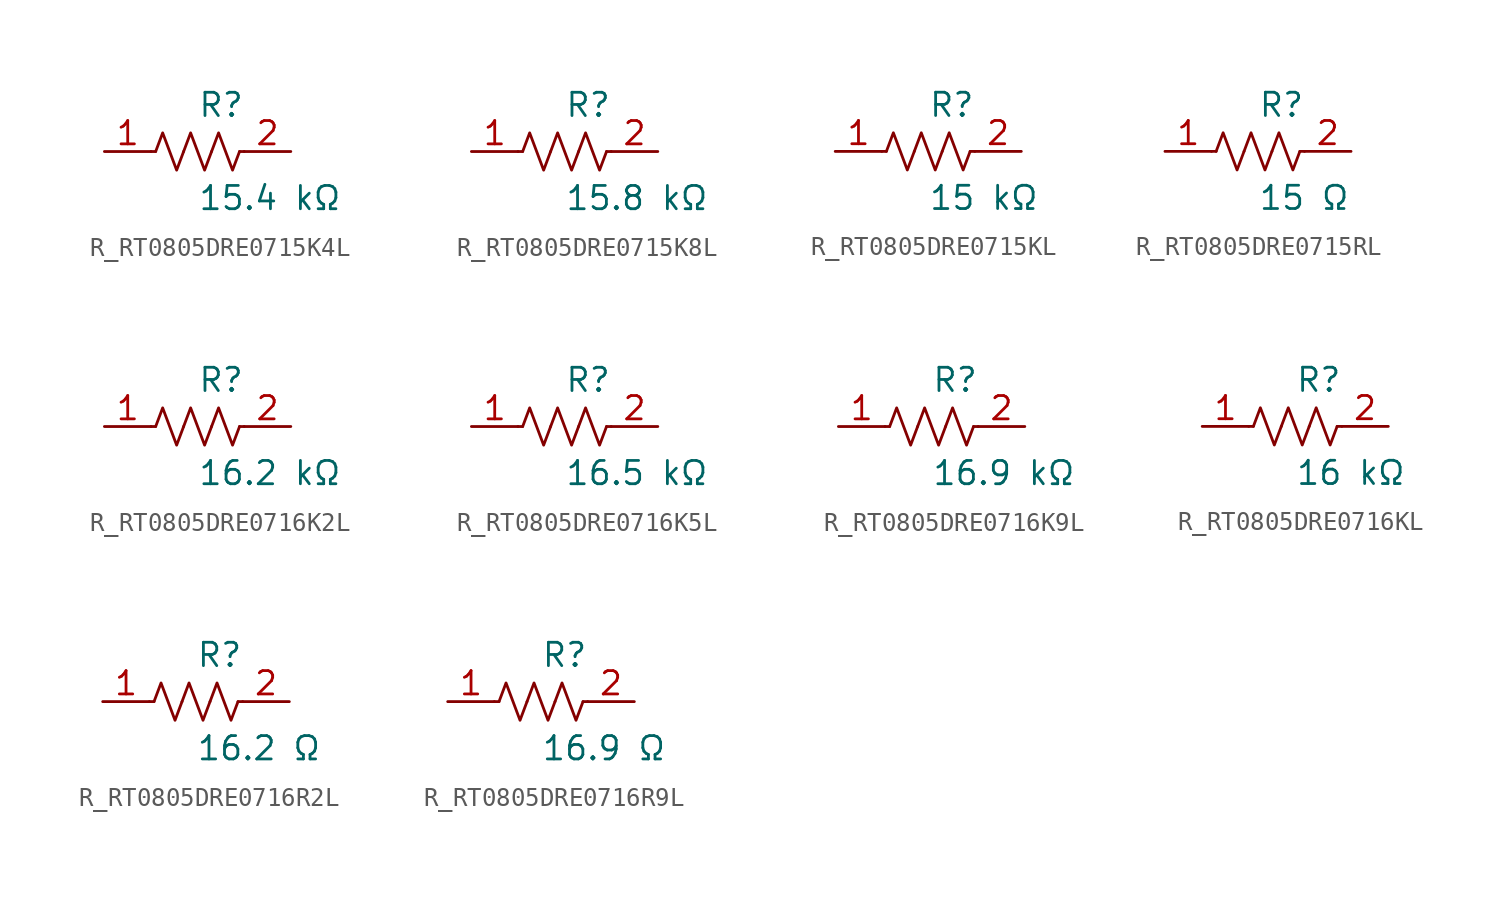
<source format=kicad_sym>
(kicad_symbol_lib
  (version 20231120)
  (generator kicad_symbol_editor)
  (generator_version 8.0)
  (symbol "R_RT0805DRE0715K4L"
    (pin_names
      (offset 0.254))
    (property "Reference" "R"
      (at 0 2.54 0)
      (effects (font (size 1.27 1.27)) (justify left)))
    (property "Value" "15.4 kΩ"
      (at 0 -2.54 0)
      (effects (font (size 1.27 1.27)) (justify left)))
    (symbol "R_RT0805DRE0715K4L_0_1"
      (polyline (pts (xy 2.286 0) (xy 2.54 0)) (stroke (width 0) (type default)) (fill (type none)))
      (polyline (pts (xy -2.286 0) (xy -2.54 0)) (stroke (width 0) (type default)) (fill (type none)))
      (polyline (pts (xy 0.762 0) (xy 1.143 1.016) (xy 1.524 0) (xy 1.905 -1.016) (xy 2.286 0)) (stroke (width 0) (type default)) (fill (type none)))
      (polyline (pts (xy -0.762 0) (xy -0.381 1.016) (xy 0 0) (xy 0.381 -1.016) (xy 0.762 0)) (stroke (width 0) (type default)) (fill (type none)))
      (polyline (pts (xy -2.286 0) (xy -1.905 1.016) (xy -1.524 0) (xy -1.143 -1.016) (xy -0.762 0)) (stroke (width 0) (type default)) (fill (type none))))
    (pin passive line
      (at -5.08 0 0)
      (length 2.54)
      (name "" (effects (font (size 1.27 1.27))))
      (number "1" (effects (font (size 1.27 1.27)))))
    (pin passive line
      (at 5.08 0 180)
      (length 2.54)
      (name "" (effects (font (size 1.27 1.27))))
      (number "2" (effects (font (size 1.27 1.27))))))
  (symbol "R_RT0805DRE0715K8L"
    (pin_names
      (offset 0.254))
    (property "Reference" "R"
      (at 0 2.54 0)
      (effects (font (size 1.27 1.27)) (justify left)))
    (property "Value" "15.8 kΩ"
      (at 0 -2.54 0)
      (effects (font (size 1.27 1.27)) (justify left)))
    (symbol "R_RT0805DRE0715K8L_0_1"
      (polyline (pts (xy 2.286 0) (xy 2.54 0)) (stroke (width 0) (type default)) (fill (type none)))
      (polyline (pts (xy -2.286 0) (xy -2.54 0)) (stroke (width 0) (type default)) (fill (type none)))
      (polyline (pts (xy 0.762 0) (xy 1.143 1.016) (xy 1.524 0) (xy 1.905 -1.016) (xy 2.286 0)) (stroke (width 0) (type default)) (fill (type none)))
      (polyline (pts (xy -0.762 0) (xy -0.381 1.016) (xy 0 0) (xy 0.381 -1.016) (xy 0.762 0)) (stroke (width 0) (type default)) (fill (type none)))
      (polyline (pts (xy -2.286 0) (xy -1.905 1.016) (xy -1.524 0) (xy -1.143 -1.016) (xy -0.762 0)) (stroke (width 0) (type default)) (fill (type none))))
    (pin passive line
      (at -5.08 0 0)
      (length 2.54)
      (name "" (effects (font (size 1.27 1.27))))
      (number "1" (effects (font (size 1.27 1.27)))))
    (pin passive line
      (at 5.08 0 180)
      (length 2.54)
      (name "" (effects (font (size 1.27 1.27))))
      (number "2" (effects (font (size 1.27 1.27))))))
  (symbol "R_RT0805DRE0715KL"
    (pin_names
      (offset 0.254))
    (property "Reference" "R"
      (at 0 2.54 0)
      (effects (font (size 1.27 1.27)) (justify left)))
    (property "Value" "15 kΩ"
      (at 0 -2.54 0)
      (effects (font (size 1.27 1.27)) (justify left)))
    (symbol "R_RT0805DRE0715KL_0_1"
      (polyline (pts (xy 2.286 0) (xy 2.54 0)) (stroke (width 0) (type default)) (fill (type none)))
      (polyline (pts (xy -2.286 0) (xy -2.54 0)) (stroke (width 0) (type default)) (fill (type none)))
      (polyline (pts (xy 0.762 0) (xy 1.143 1.016) (xy 1.524 0) (xy 1.905 -1.016) (xy 2.286 0)) (stroke (width 0) (type default)) (fill (type none)))
      (polyline (pts (xy -0.762 0) (xy -0.381 1.016) (xy 0 0) (xy 0.381 -1.016) (xy 0.762 0)) (stroke (width 0) (type default)) (fill (type none)))
      (polyline (pts (xy -2.286 0) (xy -1.905 1.016) (xy -1.524 0) (xy -1.143 -1.016) (xy -0.762 0)) (stroke (width 0) (type default)) (fill (type none))))
    (pin passive line
      (at -5.08 0 0)
      (length 2.54)
      (name "" (effects (font (size 1.27 1.27))))
      (number "1" (effects (font (size 1.27 1.27)))))
    (pin passive line
      (at 5.08 0 180)
      (length 2.54)
      (name "" (effects (font (size 1.27 1.27))))
      (number "2" (effects (font (size 1.27 1.27))))))
  (symbol "R_RT0805DRE0715RL"
    (pin_names
      (offset 0.254))
    (property "Reference" "R"
      (at 0 2.54 0)
      (effects (font (size 1.27 1.27)) (justify left)))
    (property "Value" "15 Ω"
      (at 0 -2.54 0)
      (effects (font (size 1.27 1.27)) (justify left)))
    (symbol "R_RT0805DRE0715RL_0_1"
      (polyline (pts (xy 2.286 0) (xy 2.54 0)) (stroke (width 0) (type default)) (fill (type none)))
      (polyline (pts (xy -2.286 0) (xy -2.54 0)) (stroke (width 0) (type default)) (fill (type none)))
      (polyline (pts (xy 0.762 0) (xy 1.143 1.016) (xy 1.524 0) (xy 1.905 -1.016) (xy 2.286 0)) (stroke (width 0) (type default)) (fill (type none)))
      (polyline (pts (xy -0.762 0) (xy -0.381 1.016) (xy 0 0) (xy 0.381 -1.016) (xy 0.762 0)) (stroke (width 0) (type default)) (fill (type none)))
      (polyline (pts (xy -2.286 0) (xy -1.905 1.016) (xy -1.524 0) (xy -1.143 -1.016) (xy -0.762 0)) (stroke (width 0) (type default)) (fill (type none))))
    (pin passive line
      (at -5.08 0 0)
      (length 2.54)
      (name "" (effects (font (size 1.27 1.27))))
      (number "1" (effects (font (size 1.27 1.27)))))
    (pin passive line
      (at 5.08 0 180)
      (length 2.54)
      (name "" (effects (font (size 1.27 1.27))))
      (number "2" (effects (font (size 1.27 1.27))))))
  (symbol "R_RT0805DRE0716K2L"
    (pin_names
      (offset 0.254))
    (property "Reference" "R"
      (at 0 2.54 0)
      (effects (font (size 1.27 1.27)) (justify left)))
    (property "Value" "16.2 kΩ"
      (at 0 -2.54 0)
      (effects (font (size 1.27 1.27)) (justify left)))
    (symbol "R_RT0805DRE0716K2L_0_1"
      (polyline (pts (xy 2.286 0) (xy 2.54 0)) (stroke (width 0) (type default)) (fill (type none)))
      (polyline (pts (xy -2.286 0) (xy -2.54 0)) (stroke (width 0) (type default)) (fill (type none)))
      (polyline (pts (xy 0.762 0) (xy 1.143 1.016) (xy 1.524 0) (xy 1.905 -1.016) (xy 2.286 0)) (stroke (width 0) (type default)) (fill (type none)))
      (polyline (pts (xy -0.762 0) (xy -0.381 1.016) (xy 0 0) (xy 0.381 -1.016) (xy 0.762 0)) (stroke (width 0) (type default)) (fill (type none)))
      (polyline (pts (xy -2.286 0) (xy -1.905 1.016) (xy -1.524 0) (xy -1.143 -1.016) (xy -0.762 0)) (stroke (width 0) (type default)) (fill (type none))))
    (pin passive line
      (at -5.08 0 0)
      (length 2.54)
      (name "" (effects (font (size 1.27 1.27))))
      (number "1" (effects (font (size 1.27 1.27)))))
    (pin passive line
      (at 5.08 0 180)
      (length 2.54)
      (name "" (effects (font (size 1.27 1.27))))
      (number "2" (effects (font (size 1.27 1.27))))))
  (symbol "R_RT0805DRE0716K5L"
    (pin_names
      (offset 0.254))
    (property "Reference" "R"
      (at 0 2.54 0)
      (effects (font (size 1.27 1.27)) (justify left)))
    (property "Value" "16.5 kΩ"
      (at 0 -2.54 0)
      (effects (font (size 1.27 1.27)) (justify left)))
    (symbol "R_RT0805DRE0716K5L_0_1"
      (polyline (pts (xy 2.286 0) (xy 2.54 0)) (stroke (width 0) (type default)) (fill (type none)))
      (polyline (pts (xy -2.286 0) (xy -2.54 0)) (stroke (width 0) (type default)) (fill (type none)))
      (polyline (pts (xy 0.762 0) (xy 1.143 1.016) (xy 1.524 0) (xy 1.905 -1.016) (xy 2.286 0)) (stroke (width 0) (type default)) (fill (type none)))
      (polyline (pts (xy -0.762 0) (xy -0.381 1.016) (xy 0 0) (xy 0.381 -1.016) (xy 0.762 0)) (stroke (width 0) (type default)) (fill (type none)))
      (polyline (pts (xy -2.286 0) (xy -1.905 1.016) (xy -1.524 0) (xy -1.143 -1.016) (xy -0.762 0)) (stroke (width 0) (type default)) (fill (type none))))
    (pin passive line
      (at -5.08 0 0)
      (length 2.54)
      (name "" (effects (font (size 1.27 1.27))))
      (number "1" (effects (font (size 1.27 1.27)))))
    (pin passive line
      (at 5.08 0 180)
      (length 2.54)
      (name "" (effects (font (size 1.27 1.27))))
      (number "2" (effects (font (size 1.27 1.27))))))
  (symbol "R_RT0805DRE0716K9L"
    (pin_names
      (offset 0.254))
    (property "Reference" "R"
      (at 0 2.54 0)
      (effects (font (size 1.27 1.27)) (justify left)))
    (property "Value" "16.9 kΩ"
      (at 0 -2.54 0)
      (effects (font (size 1.27 1.27)) (justify left)))
    (symbol "R_RT0805DRE0716K9L_0_1"
      (polyline (pts (xy 2.286 0) (xy 2.54 0)) (stroke (width 0) (type default)) (fill (type none)))
      (polyline (pts (xy -2.286 0) (xy -2.54 0)) (stroke (width 0) (type default)) (fill (type none)))
      (polyline (pts (xy 0.762 0) (xy 1.143 1.016) (xy 1.524 0) (xy 1.905 -1.016) (xy 2.286 0)) (stroke (width 0) (type default)) (fill (type none)))
      (polyline (pts (xy -0.762 0) (xy -0.381 1.016) (xy 0 0) (xy 0.381 -1.016) (xy 0.762 0)) (stroke (width 0) (type default)) (fill (type none)))
      (polyline (pts (xy -2.286 0) (xy -1.905 1.016) (xy -1.524 0) (xy -1.143 -1.016) (xy -0.762 0)) (stroke (width 0) (type default)) (fill (type none))))
    (pin passive line
      (at -5.08 0 0)
      (length 2.54)
      (name "" (effects (font (size 1.27 1.27))))
      (number "1" (effects (font (size 1.27 1.27)))))
    (pin passive line
      (at 5.08 0 180)
      (length 2.54)
      (name "" (effects (font (size 1.27 1.27))))
      (number "2" (effects (font (size 1.27 1.27))))))
  (symbol "R_RT0805DRE0716KL"
    (pin_names
      (offset 0.254))
    (property "Reference" "R"
      (at 0 2.54 0)
      (effects (font (size 1.27 1.27)) (justify left)))
    (property "Value" "16 kΩ"
      (at 0 -2.54 0)
      (effects (font (size 1.27 1.27)) (justify left)))
    (symbol "R_RT0805DRE0716KL_0_1"
      (polyline (pts (xy 2.286 0) (xy 2.54 0)) (stroke (width 0) (type default)) (fill (type none)))
      (polyline (pts (xy -2.286 0) (xy -2.54 0)) (stroke (width 0) (type default)) (fill (type none)))
      (polyline (pts (xy 0.762 0) (xy 1.143 1.016) (xy 1.524 0) (xy 1.905 -1.016) (xy 2.286 0)) (stroke (width 0) (type default)) (fill (type none)))
      (polyline (pts (xy -0.762 0) (xy -0.381 1.016) (xy 0 0) (xy 0.381 -1.016) (xy 0.762 0)) (stroke (width 0) (type default)) (fill (type none)))
      (polyline (pts (xy -2.286 0) (xy -1.905 1.016) (xy -1.524 0) (xy -1.143 -1.016) (xy -0.762 0)) (stroke (width 0) (type default)) (fill (type none))))
    (pin passive line
      (at -5.08 0 0)
      (length 2.54)
      (name "" (effects (font (size 1.27 1.27))))
      (number "1" (effects (font (size 1.27 1.27)))))
    (pin passive line
      (at 5.08 0 180)
      (length 2.54)
      (name "" (effects (font (size 1.27 1.27))))
      (number "2" (effects (font (size 1.27 1.27))))))
  (symbol "R_RT0805DRE0716R2L"
    (pin_names
      (offset 0.254))
    (property "Reference" "R"
      (at 0 2.54 0)
      (effects (font (size 1.27 1.27)) (justify left)))
    (property "Value" "16.2 Ω"
      (at 0 -2.54 0)
      (effects (font (size 1.27 1.27)) (justify left)))
    (symbol "R_RT0805DRE0716R2L_0_1"
      (polyline (pts (xy 2.286 0) (xy 2.54 0)) (stroke (width 0) (type default)) (fill (type none)))
      (polyline (pts (xy -2.286 0) (xy -2.54 0)) (stroke (width 0) (type default)) (fill (type none)))
      (polyline (pts (xy 0.762 0) (xy 1.143 1.016) (xy 1.524 0) (xy 1.905 -1.016) (xy 2.286 0)) (stroke (width 0) (type default)) (fill (type none)))
      (polyline (pts (xy -0.762 0) (xy -0.381 1.016) (xy 0 0) (xy 0.381 -1.016) (xy 0.762 0)) (stroke (width 0) (type default)) (fill (type none)))
      (polyline (pts (xy -2.286 0) (xy -1.905 1.016) (xy -1.524 0) (xy -1.143 -1.016) (xy -0.762 0)) (stroke (width 0) (type default)) (fill (type none))))
    (pin passive line
      (at -5.08 0 0)
      (length 2.54)
      (name "" (effects (font (size 1.27 1.27))))
      (number "1" (effects (font (size 1.27 1.27)))))
    (pin passive line
      (at 5.08 0 180)
      (length 2.54)
      (name "" (effects (font (size 1.27 1.27))))
      (number "2" (effects (font (size 1.27 1.27))))))
  (symbol "R_RT0805DRE0716R9L"
    (pin_names
      (offset 0.254))
    (property "Reference" "R"
      (at 0 2.54 0)
      (effects (font (size 1.27 1.27)) (justify left)))
    (property "Value" "16.9 Ω"
      (at 0 -2.54 0)
      (effects (font (size 1.27 1.27)) (justify left)))
    (symbol "R_RT0805DRE0716R9L_0_1"
      (polyline (pts (xy 2.286 0) (xy 2.54 0)) (stroke (width 0) (type default)) (fill (type none)))
      (polyline (pts (xy -2.286 0) (xy -2.54 0)) (stroke (width 0) (type default)) (fill (type none)))
      (polyline (pts (xy 0.762 0) (xy 1.143 1.016) (xy 1.524 0) (xy 1.905 -1.016) (xy 2.286 0)) (stroke (width 0) (type default)) (fill (type none)))
      (polyline (pts (xy -0.762 0) (xy -0.381 1.016) (xy 0 0) (xy 0.381 -1.016) (xy 0.762 0)) (stroke (width 0) (type default)) (fill (type none)))
      (polyline (pts (xy -2.286 0) (xy -1.905 1.016) (xy -1.524 0) (xy -1.143 -1.016) (xy -0.762 0)) (stroke (width 0) (type default)) (fill (type none))))
    (pin passive line
      (at -5.08 0 0)
      (length 2.54)
      (name "" (effects (font (size 1.27 1.27))))
      (number "1" (effects (font (size 1.27 1.27)))))
    (pin passive line
      (at 5.08 0 180)
      (length 2.54)
      (name "" (effects (font (size 1.27 1.27))))
      (number "2" (effects (font (size 1.27 1.27)))))))
</source>
